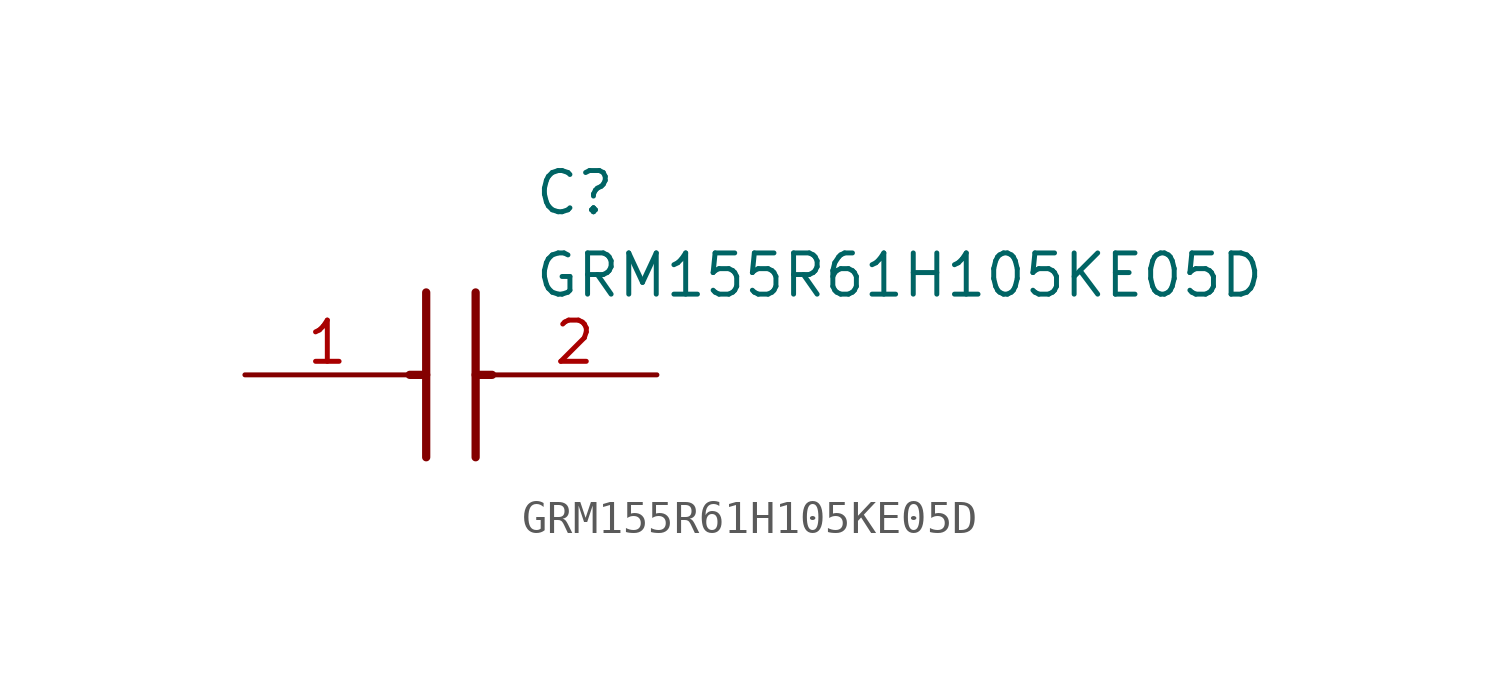
<source format=kicad_sym>
(kicad_symbol_lib
  (version 20211014)
  (generator SamacSys_ECAD_Model)
  (symbol "GRM155R61H105KE05D"
    (pin_names hide)
    (property "Reference" "C"
      (at 8.89 6.35 0)
      (effects (font (size 1.27 1.27)) (justify left top)))
    (property "Value" "GRM155R61H105KE05D"
      (at 8.89 3.81 0)
      (effects (font (size 1.27 1.27)) (justify left top)))
    (polyline
      (pts (xy 5.588 2.54) (xy 5.588 -2.54))
      (stroke (width 0.254) (type default))
      (fill (type none)))
    (polyline
      (pts (xy 7.112 2.54) (xy 7.112 -2.54))
      (stroke (width 0.254) (type default))
      (fill (type none)))
    (polyline
      (pts (xy 5.08 0) (xy 5.588 0))
      (stroke (width 0.254) (type default))
      (fill (type none)))
    (polyline
      (pts (xy 7.112 0) (xy 7.62 0))
      (stroke (width 0.254) (type default))
      (fill (type none)))
    (pin passive line
      (at 0 0 0)
      (length 5.08)
      (name "1" (effects (font (size 1.27 1.27))))
      (number "1" (effects (font (size 1.27 1.27)))))
    (pin passive line
      (at 12.7 0 180)
      (length 5.08)
      (name "2" (effects (font (size 1.27 1.27))))
      (number "2" (effects (font (size 1.27 1.27)))))))
</source>
